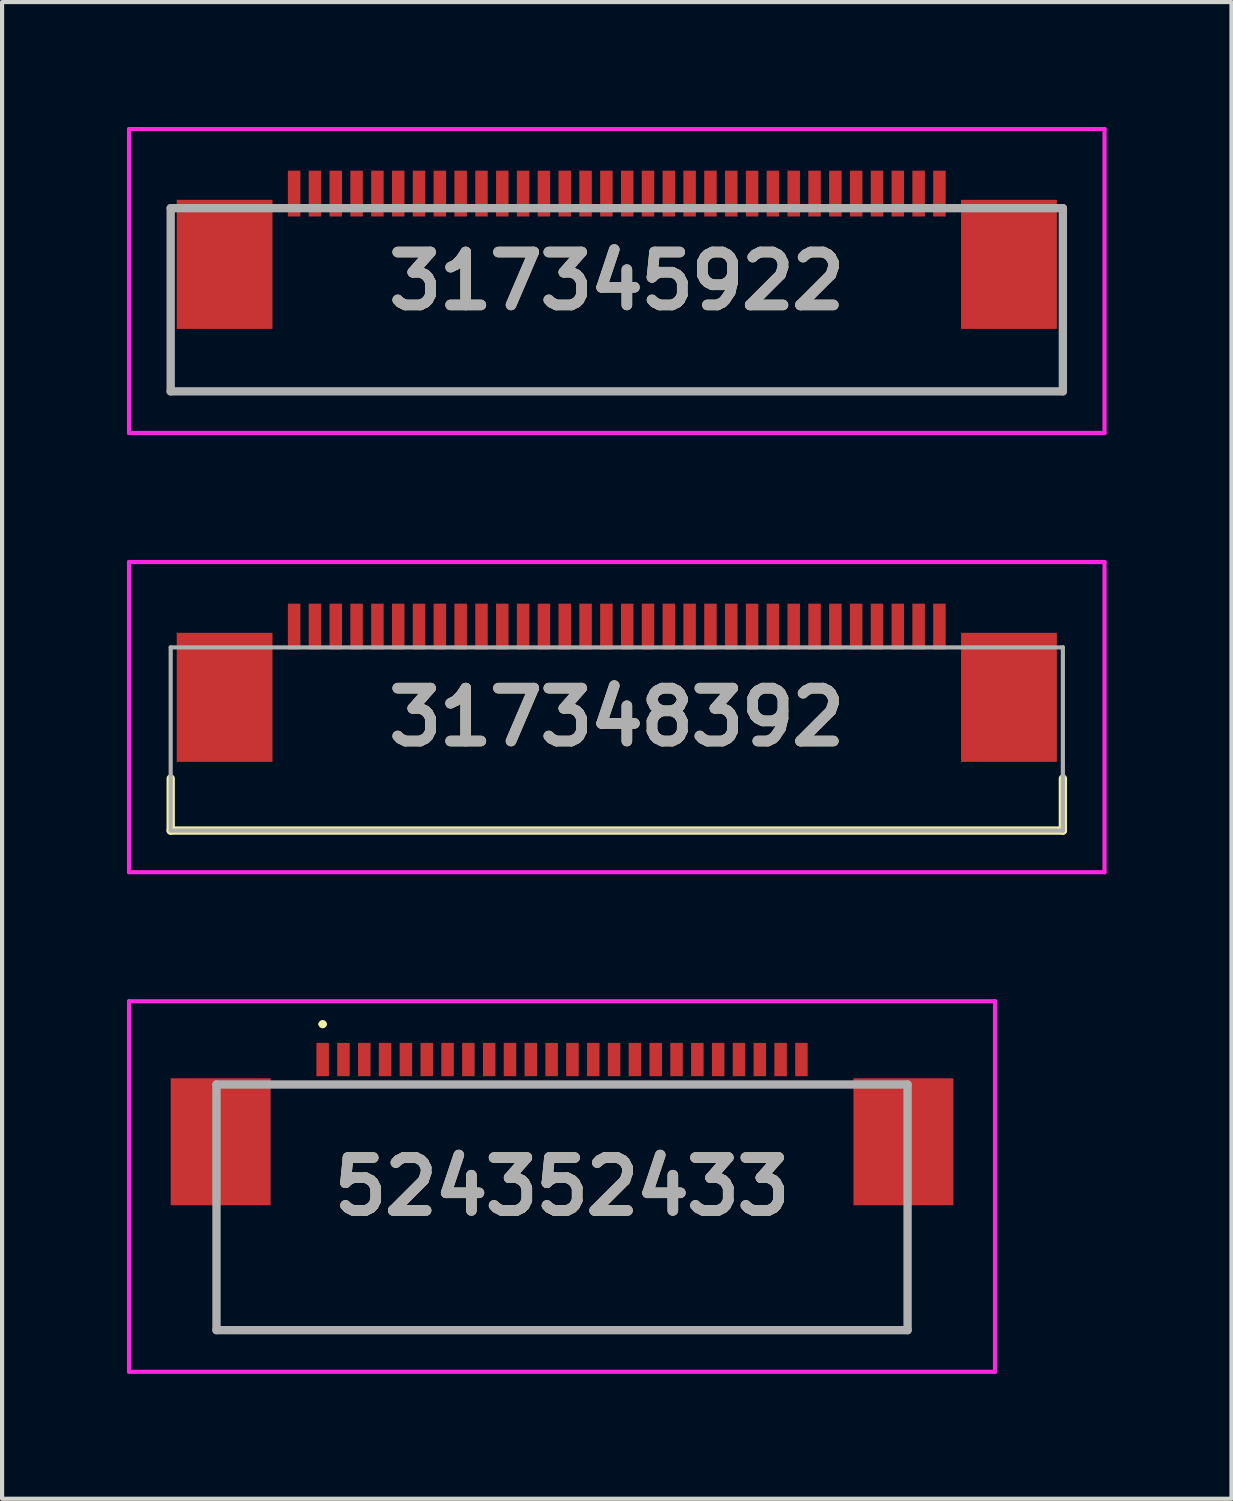
<source format=kicad_pcb>
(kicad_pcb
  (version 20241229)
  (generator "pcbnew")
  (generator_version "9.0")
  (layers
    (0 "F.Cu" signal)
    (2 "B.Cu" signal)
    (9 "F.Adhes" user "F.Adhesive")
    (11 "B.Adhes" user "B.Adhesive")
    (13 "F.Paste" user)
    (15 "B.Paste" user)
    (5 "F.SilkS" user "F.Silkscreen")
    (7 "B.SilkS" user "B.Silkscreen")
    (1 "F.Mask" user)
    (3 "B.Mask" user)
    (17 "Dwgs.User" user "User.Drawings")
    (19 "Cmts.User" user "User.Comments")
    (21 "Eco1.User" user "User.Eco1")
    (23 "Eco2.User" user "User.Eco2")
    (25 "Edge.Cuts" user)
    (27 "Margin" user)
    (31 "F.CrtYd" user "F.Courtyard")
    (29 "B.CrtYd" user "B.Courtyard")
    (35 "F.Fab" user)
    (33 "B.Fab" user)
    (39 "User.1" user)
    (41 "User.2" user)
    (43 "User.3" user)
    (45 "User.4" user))
  (footprint "524352433"
    (layer "F.Cu")
    (at 10.45 25.65)
    (property "Reference" "524352433" (at 0 -0.2 0) (layer "F.SilkS") (effects (font (size 1.27 1.27) (thickness 0.254))))
    (attr smd)
    (fp_line (start -8.3 1.35) (end -8.3 3.25) (stroke (width 0.1) (type solid)) (layer "F.SilkS"))
    (fp_line (start -8.3 3.25) (end 8.3 3.25) (stroke (width 0.1) (type solid)) (layer "F.SilkS"))
    (fp_line (start -5.8 -4.1) (end -5.8 -4.1) (stroke (width 0.1) (type solid)) (layer "F.SilkS"))
    (fp_line (start -5.7 -4.1) (end -5.7 -4.1) (stroke (width 0.1) (type solid)) (layer "F.SilkS"))
    (fp_line (start 8.3 3.25) (end 8.3 1.35) (stroke (width 0.1) (type solid)) (layer "F.SilkS"))
    (fp_arc (start -5.8 -4.1) (mid -5.75 -4.15) (end -5.7 -4.1) (stroke (width 0.1) (type solid)) (layer "F.SilkS"))
    (fp_arc (start -5.7 -4.1) (mid -5.75 -4.05) (end -5.8 -4.1) (stroke (width 0.1) (type solid)) (layer "F.SilkS"))
    (fp_line (start -10.4 -4.65) (end 10.4 -4.65) (stroke (width 0.1) (type solid)) (layer "F.CrtYd"))
    (fp_line (start -10.4 4.25) (end -10.4 -4.65) (stroke (width 0.1) (type solid)) (layer "F.CrtYd"))
    (fp_line (start 10.4 -4.65) (end 10.4 4.25) (stroke (width 0.1) (type solid)) (layer "F.CrtYd"))
    (fp_line (start 10.4 4.25) (end -10.4 4.25) (stroke (width 0.1) (type solid)) (layer "F.CrtYd"))
    (fp_line (start -8.3 -2.65) (end 8.3 -2.65) (stroke (width 0.2) (type solid)) (layer "F.Fab"))
    (fp_line (start -8.3 3.25) (end -8.3 -2.65) (stroke (width 0.2) (type solid)) (layer "F.Fab"))
    (fp_line (start 8.3 -2.65) (end 8.3 3.25) (stroke (width 0.2) (type solid)) (layer "F.Fab"))
    (fp_line (start 8.3 3.25) (end -8.3 3.25) (stroke (width 0.2) (type solid)) (layer "F.Fab"))
    (fp_text user "${REFERENCE}" (at 0 -0.2 0) (layer "F.Fab") (effects (font (size 1.27 1.27) (thickness 0.254))))
    (pad "1" smd rect (at -5.75 -3.25) (size 0.3 0.8) (layers "F.Cu" "F.Mask" "F.Paste"))
    (pad "2" smd rect (at -5.25 -3.25) (size 0.3 0.8) (layers "F.Cu" "F.Mask" "F.Paste"))
    (pad "3" smd rect (at -4.75 -3.25) (size 0.3 0.8) (layers "F.Cu" "F.Mask" "F.Paste"))
    (pad "4" smd rect (at -4.25 -3.25) (size 0.3 0.8) (layers "F.Cu" "F.Mask" "F.Paste"))
    (pad "5" smd rect (at -3.75 -3.25) (size 0.3 0.8) (layers "F.Cu" "F.Mask" "F.Paste"))
    (pad "6" smd rect (at -3.25 -3.25) (size 0.3 0.8) (layers "F.Cu" "F.Mask" "F.Paste"))
    (pad "7" smd rect (at -2.75 -3.25) (size 0.3 0.8) (layers "F.Cu" "F.Mask" "F.Paste"))
    (pad "8" smd rect (at -2.25 -3.25) (size 0.3 0.8) (layers "F.Cu" "F.Mask" "F.Paste"))
    (pad "9" smd rect (at -1.75 -3.25) (size 0.3 0.8) (layers "F.Cu" "F.Mask" "F.Paste"))
    (pad "10" smd rect (at -1.25 -3.25) (size 0.3 0.8) (layers "F.Cu" "F.Mask" "F.Paste"))
    (pad "11" smd rect (at -0.75 -3.25) (size 0.3 0.8) (layers "F.Cu" "F.Mask" "F.Paste"))
    (pad "12" smd rect (at -0.25 -3.25) (size 0.3 0.8) (layers "F.Cu" "F.Mask" "F.Paste"))
    (pad "13" smd rect (at 0.25 -3.25) (size 0.3 0.8) (layers "F.Cu" "F.Mask" "F.Paste"))
    (pad "14" smd rect (at 0.75 -3.25) (size 0.3 0.8) (layers "F.Cu" "F.Mask" "F.Paste"))
    (pad "15" smd rect (at 1.25 -3.25) (size 0.3 0.8) (layers "F.Cu" "F.Mask" "F.Paste"))
    (pad "16" smd rect (at 1.75 -3.25) (size 0.3 0.8) (layers "F.Cu" "F.Mask" "F.Paste"))
    (pad "17" smd rect (at 2.25 -3.25) (size 0.3 0.8) (layers "F.Cu" "F.Mask" "F.Paste"))
    (pad "18" smd rect (at 2.75 -3.25) (size 0.3 0.8) (layers "F.Cu" "F.Mask" "F.Paste"))
    (pad "19" smd rect (at 3.25 -3.25) (size 0.3 0.8) (layers "F.Cu" "F.Mask" "F.Paste"))
    (pad "20" smd rect (at 3.75 -3.25) (size 0.3 0.8) (layers "F.Cu" "F.Mask" "F.Paste"))
    (pad "21" smd rect (at 4.25 -3.25) (size 0.3 0.8) (layers "F.Cu" "F.Mask" "F.Paste"))
    (pad "22" smd rect (at 4.75 -3.25) (size 0.3 0.8) (layers "F.Cu" "F.Mask" "F.Paste"))
    (pad "23" smd rect (at 5.25 -3.25) (size 0.3 0.8) (layers "F.Cu" "F.Mask" "F.Paste"))
    (pad "24" smd rect (at 5.75 -3.25) (size 0.3 0.8) (layers "F.Cu" "F.Mask" "F.Paste"))
    (pad "MP1" smd rect (at 8.2 -1.275) (size 2.4 3.05) (layers "F.Cu" "F.Mask" "F.Paste"))
    (pad "MP2" smd rect (at -8.2 -1.275) (size 2.4 3.05) (layers "F.Cu" "F.Mask" "F.Paste")))
  (footprint "317345922"
    (layer "F.Cu")
    (at 11.765 1.95)
    (property "Reference" "317345922" (at 0 1.75 0) (layer "F.SilkS") (effects (font (size 1.27 1.27) (thickness 0.254))))
    (attr smd)
    (fp_line (start -10.715 3) (end -10.715 4.4) (stroke (width 0.1) (type solid)) (layer "F.SilkS"))
    (fp_line (start -10.715 4.4) (end 10.715 4.4) (stroke (width 0.1) (type solid)) (layer "F.SilkS"))
    (fp_line (start 10.715 4.4) (end 10.715 3) (stroke (width 0.1) (type solid)) (layer "F.SilkS"))
    (fp_line (start -11.715 -1.9) (end 11.715 -1.9) (stroke (width 0.1) (type solid)) (layer "F.CrtYd"))
    (fp_line (start -11.715 5.4) (end -11.715 -1.9) (stroke (width 0.1) (type solid)) (layer "F.CrtYd"))
    (fp_line (start 11.715 -1.9) (end 11.715 5.4) (stroke (width 0.1) (type solid)) (layer "F.CrtYd"))
    (fp_line (start 11.715 5.4) (end -11.715 5.4) (stroke (width 0.1) (type solid)) (layer "F.CrtYd"))
    (fp_line (start -10.715 0) (end 10.715 0) (stroke (width 0.2) (type solid)) (layer "F.Fab"))
    (fp_line (start -10.715 4.4) (end -10.715 0) (stroke (width 0.2) (type solid)) (layer "F.Fab"))
    (fp_line (start 10.715 0) (end 10.715 4.4) (stroke (width 0.2) (type solid)) (layer "F.Fab"))
    (fp_line (start 10.715 4.4) (end -10.715 4.4) (stroke (width 0.2) (type solid)) (layer "F.Fab"))
    (fp_text user "${REFERENCE}" (at 0 1.75 0) (layer "F.Fab") (effects (font (size 1.27 1.27) (thickness 0.254))))
    (pad "1" smd rect (at -7.75 -0.35) (size 0.3 1.1) (layers "F.Cu" "F.Mask" "F.Paste"))
    (pad "2" smd rect (at -7.25 -0.35) (size 0.3 1.1) (layers "F.Cu" "F.Mask" "F.Paste"))
    (pad "3" smd rect (at -6.75 -0.35) (size 0.3 1.1) (layers "F.Cu" "F.Mask" "F.Paste"))
    (pad "4" smd rect (at -6.25 -0.35) (size 0.3 1.1) (layers "F.Cu" "F.Mask" "F.Paste"))
    (pad "5" smd rect (at -5.75 -0.35) (size 0.3 1.1) (layers "F.Cu" "F.Mask" "F.Paste"))
    (pad "6" smd rect (at -5.25 -0.35) (size 0.3 1.1) (layers "F.Cu" "F.Mask" "F.Paste"))
    (pad "7" smd rect (at -4.75 -0.35) (size 0.3 1.1) (layers "F.Cu" "F.Mask" "F.Paste"))
    (pad "8" smd rect (at -4.25 -0.35) (size 0.3 1.1) (layers "F.Cu" "F.Mask" "F.Paste"))
    (pad "9" smd rect (at -3.75 -0.35) (size 0.3 1.1) (layers "F.Cu" "F.Mask" "F.Paste"))
    (pad "10" smd rect (at -3.25 -0.35) (size 0.3 1.1) (layers "F.Cu" "F.Mask" "F.Paste"))
    (pad "11" smd rect (at -2.75 -0.35) (size 0.3 1.1) (layers "F.Cu" "F.Mask" "F.Paste"))
    (pad "12" smd rect (at -2.25 -0.35) (size 0.3 1.1) (layers "F.Cu" "F.Mask" "F.Paste"))
    (pad "13" smd rect (at -1.75 -0.35) (size 0.3 1.1) (layers "F.Cu" "F.Mask" "F.Paste"))
    (pad "14" smd rect (at -1.25 -0.35) (size 0.3 1.1) (layers "F.Cu" "F.Mask" "F.Paste"))
    (pad "15" smd rect (at -0.75 -0.35) (size 0.3 1.1) (layers "F.Cu" "F.Mask" "F.Paste"))
    (pad "16" smd rect (at -0.25 -0.35) (size 0.3 1.1) (layers "F.Cu" "F.Mask" "F.Paste"))
    (pad "17" smd rect (at 0.25 -0.35) (size 0.3 1.1) (layers "F.Cu" "F.Mask" "F.Paste"))
    (pad "18" smd rect (at 0.75 -0.35) (size 0.3 1.1) (layers "F.Cu" "F.Mask" "F.Paste"))
    (pad "19" smd rect (at 1.25 -0.35) (size 0.3 1.1) (layers "F.Cu" "F.Mask" "F.Paste"))
    (pad "20" smd rect (at 1.75 -0.35) (size 0.3 1.1) (layers "F.Cu" "F.Mask" "F.Paste"))
    (pad "21" smd rect (at 2.25 -0.35) (size 0.3 1.1) (layers "F.Cu" "F.Mask" "F.Paste"))
    (pad "22" smd rect (at 2.75 -0.35) (size 0.3 1.1) (layers "F.Cu" "F.Mask" "F.Paste"))
    (pad "23" smd rect (at 3.25 -0.35) (size 0.3 1.1) (layers "F.Cu" "F.Mask" "F.Paste"))
    (pad "24" smd rect (at 3.75 -0.35) (size 0.3 1.1) (layers "F.Cu" "F.Mask" "F.Paste"))
    (pad "25" smd rect (at 4.25 -0.35) (size 0.3 1.1) (layers "F.Cu" "F.Mask" "F.Paste"))
    (pad "26" smd rect (at 4.75 -0.35) (size 0.3 1.1) (layers "F.Cu" "F.Mask" "F.Paste"))
    (pad "27" smd rect (at 5.25 -0.35) (size 0.3 1.1) (layers "F.Cu" "F.Mask" "F.Paste"))
    (pad "28" smd rect (at 5.75 -0.35) (size 0.3 1.1) (layers "F.Cu" "F.Mask" "F.Paste"))
    (pad "29" smd rect (at 6.25 -0.35) (size 0.3 1.1) (layers "F.Cu" "F.Mask" "F.Paste"))
    (pad "30" smd rect (at 6.75 -0.35) (size 0.3 1.1) (layers "F.Cu" "F.Mask" "F.Paste"))
    (pad "31" smd rect (at 7.25 -0.35) (size 0.3 1.1) (layers "F.Cu" "F.Mask" "F.Paste"))
    (pad "32" smd rect (at 7.75 -0.35) (size 0.3 1.1) (layers "F.Cu" "F.Mask" "F.Paste"))
    (pad "33" smd rect (at -9.42 1.35) (size 2.3 3.1) (layers "F.Cu" "F.Mask" "F.Paste"))
    (pad "34" smd rect (at 9.42 1.35) (size 2.3 3.1) (layers "F.Cu" "F.Mask" "F.Paste")))
  (footprint "317348392"
    (layer "F.Cu")
    (at 11.765 13.7)
    (property "Reference" "317348392" (at 0 0.475 0) (layer "F.SilkS") (effects (font (size 1.27 1.27) (thickness 0.254))))
    (attr smd)
    (fp_line (start -10.715 3.2) (end -10.715 1.95) (stroke (width 0.2) (type solid)) (layer "F.SilkS"))
    (fp_line (start 10.715 1.95) (end 10.715 3.2) (stroke (width 0.2) (type solid)) (layer "F.SilkS"))
    (fp_line (start 10.715 3.2) (end -10.715 3.2) (stroke (width 0.2) (type solid)) (layer "F.SilkS"))
    (fp_line (start -11.715 -3.25) (end 11.715 -3.25) (stroke (width 0.1) (type solid)) (layer "F.CrtYd"))
    (fp_line (start -11.715 4.2) (end -11.715 -3.25) (stroke (width 0.1) (type solid)) (layer "F.CrtYd"))
    (fp_line (start 11.715 -3.25) (end 11.715 4.2) (stroke (width 0.1) (type solid)) (layer "F.CrtYd"))
    (fp_line (start 11.715 4.2) (end -11.715 4.2) (stroke (width 0.1) (type solid)) (layer "F.CrtYd"))
    (fp_line (start -10.715 -1.2) (end 10.715 -1.2) (stroke (width 0.1) (type solid)) (layer "F.Fab"))
    (fp_line (start -10.715 3.2) (end -10.715 -1.2) (stroke (width 0.1) (type solid)) (layer "F.Fab"))
    (fp_line (start 10.715 -1.2) (end 10.715 3.2) (stroke (width 0.1) (type solid)) (layer "F.Fab"))
    (fp_line (start 10.715 3.2) (end -10.715 3.2) (stroke (width 0.1) (type solid)) (layer "F.Fab"))
    (fp_text user "${REFERENCE}" (at 0 0.475 0) (layer "F.Fab") (effects (font (size 1.27 1.27) (thickness 0.254))))
    (pad "1" smd rect (at -7.75 -1.7) (size 0.3 1.1) (layers "F.Cu" "F.Mask" "F.Paste"))
    (pad "2" smd rect (at -7.25 -1.7) (size 0.3 1.1) (layers "F.Cu" "F.Mask" "F.Paste"))
    (pad "3" smd rect (at -6.75 -1.7) (size 0.3 1.1) (layers "F.Cu" "F.Mask" "F.Paste"))
    (pad "4" smd rect (at -6.25 -1.7) (size 0.3 1.1) (layers "F.Cu" "F.Mask" "F.Paste"))
    (pad "5" smd rect (at -5.75 -1.7) (size 0.3 1.1) (layers "F.Cu" "F.Mask" "F.Paste"))
    (pad "6" smd rect (at -5.25 -1.7) (size 0.3 1.1) (layers "F.Cu" "F.Mask" "F.Paste"))
    (pad "7" smd rect (at -4.75 -1.7) (size 0.3 1.1) (layers "F.Cu" "F.Mask" "F.Paste"))
    (pad "8" smd rect (at -4.25 -1.7) (size 0.3 1.1) (layers "F.Cu" "F.Mask" "F.Paste"))
    (pad "9" smd rect (at -3.75 -1.7) (size 0.3 1.1) (layers "F.Cu" "F.Mask" "F.Paste"))
    (pad "10" smd rect (at -3.25 -1.7) (size 0.3 1.1) (layers "F.Cu" "F.Mask" "F.Paste"))
    (pad "11" smd rect (at -2.75 -1.7) (size 0.3 1.1) (layers "F.Cu" "F.Mask" "F.Paste"))
    (pad "12" smd rect (at -2.25 -1.7) (size 0.3 1.1) (layers "F.Cu" "F.Mask" "F.Paste"))
    (pad "13" smd rect (at -1.75 -1.7) (size 0.3 1.1) (layers "F.Cu" "F.Mask" "F.Paste"))
    (pad "14" smd rect (at -1.25 -1.7) (size 0.3 1.1) (layers "F.Cu" "F.Mask" "F.Paste"))
    (pad "15" smd rect (at -0.75 -1.7) (size 0.3 1.1) (layers "F.Cu" "F.Mask" "F.Paste"))
    (pad "16" smd rect (at -0.25 -1.7) (size 0.3 1.1) (layers "F.Cu" "F.Mask" "F.Paste"))
    (pad "17" smd rect (at 0.25 -1.7) (size 0.3 1.1) (layers "F.Cu" "F.Mask" "F.Paste"))
    (pad "18" smd rect (at 0.75 -1.7) (size 0.3 1.1) (layers "F.Cu" "F.Mask" "F.Paste"))
    (pad "19" smd rect (at 1.25 -1.7) (size 0.3 1.1) (layers "F.Cu" "F.Mask" "F.Paste"))
    (pad "20" smd rect (at 1.75 -1.7) (size 0.3 1.1) (layers "F.Cu" "F.Mask" "F.Paste"))
    (pad "21" smd rect (at 2.25 -1.7) (size 0.3 1.1) (layers "F.Cu" "F.Mask" "F.Paste"))
    (pad "22" smd rect (at 2.75 -1.7) (size 0.3 1.1) (layers "F.Cu" "F.Mask" "F.Paste"))
    (pad "23" smd rect (at 3.25 -1.7) (size 0.3 1.1) (layers "F.Cu" "F.Mask" "F.Paste"))
    (pad "24" smd rect (at 3.75 -1.7) (size 0.3 1.1) (layers "F.Cu" "F.Mask" "F.Paste"))
    (pad "25" smd rect (at 4.25 -1.7) (size 0.3 1.1) (layers "F.Cu" "F.Mask" "F.Paste"))
    (pad "26" smd rect (at 4.75 -1.7) (size 0.3 1.1) (layers "F.Cu" "F.Mask" "F.Paste"))
    (pad "27" smd rect (at 5.25 -1.7) (size 0.3 1.1) (layers "F.Cu" "F.Mask" "F.Paste"))
    (pad "28" smd rect (at 5.75 -1.7) (size 0.3 1.1) (layers "F.Cu" "F.Mask" "F.Paste"))
    (pad "29" smd rect (at 6.25 -1.7) (size 0.3 1.1) (layers "F.Cu" "F.Mask" "F.Paste"))
    (pad "30" smd rect (at 6.75 -1.7) (size 0.3 1.1) (layers "F.Cu" "F.Mask" "F.Paste"))
    (pad "31" smd rect (at 7.25 -1.7) (size 0.3 1.1) (layers "F.Cu" "F.Mask" "F.Paste"))
    (pad "32" smd rect (at 7.75 -1.7) (size 0.3 1.1) (layers "F.Cu" "F.Mask" "F.Paste"))
    (pad "MP1" smd rect (at -9.42 0) (size 2.3 3.1) (layers "F.Cu" "F.Mask" "F.Paste"))
    (pad "MP2" smd rect (at 9.42 0) (size 2.3 3.1) (layers "F.Cu" "F.Mask" "F.Paste")))
  (gr_rect
    (start -3 -3)
    (end 26.53 32.95)
    (stroke (width 0.1) (type default))
    (fill no)
    (layer "Edge.Cuts")))
</source>
